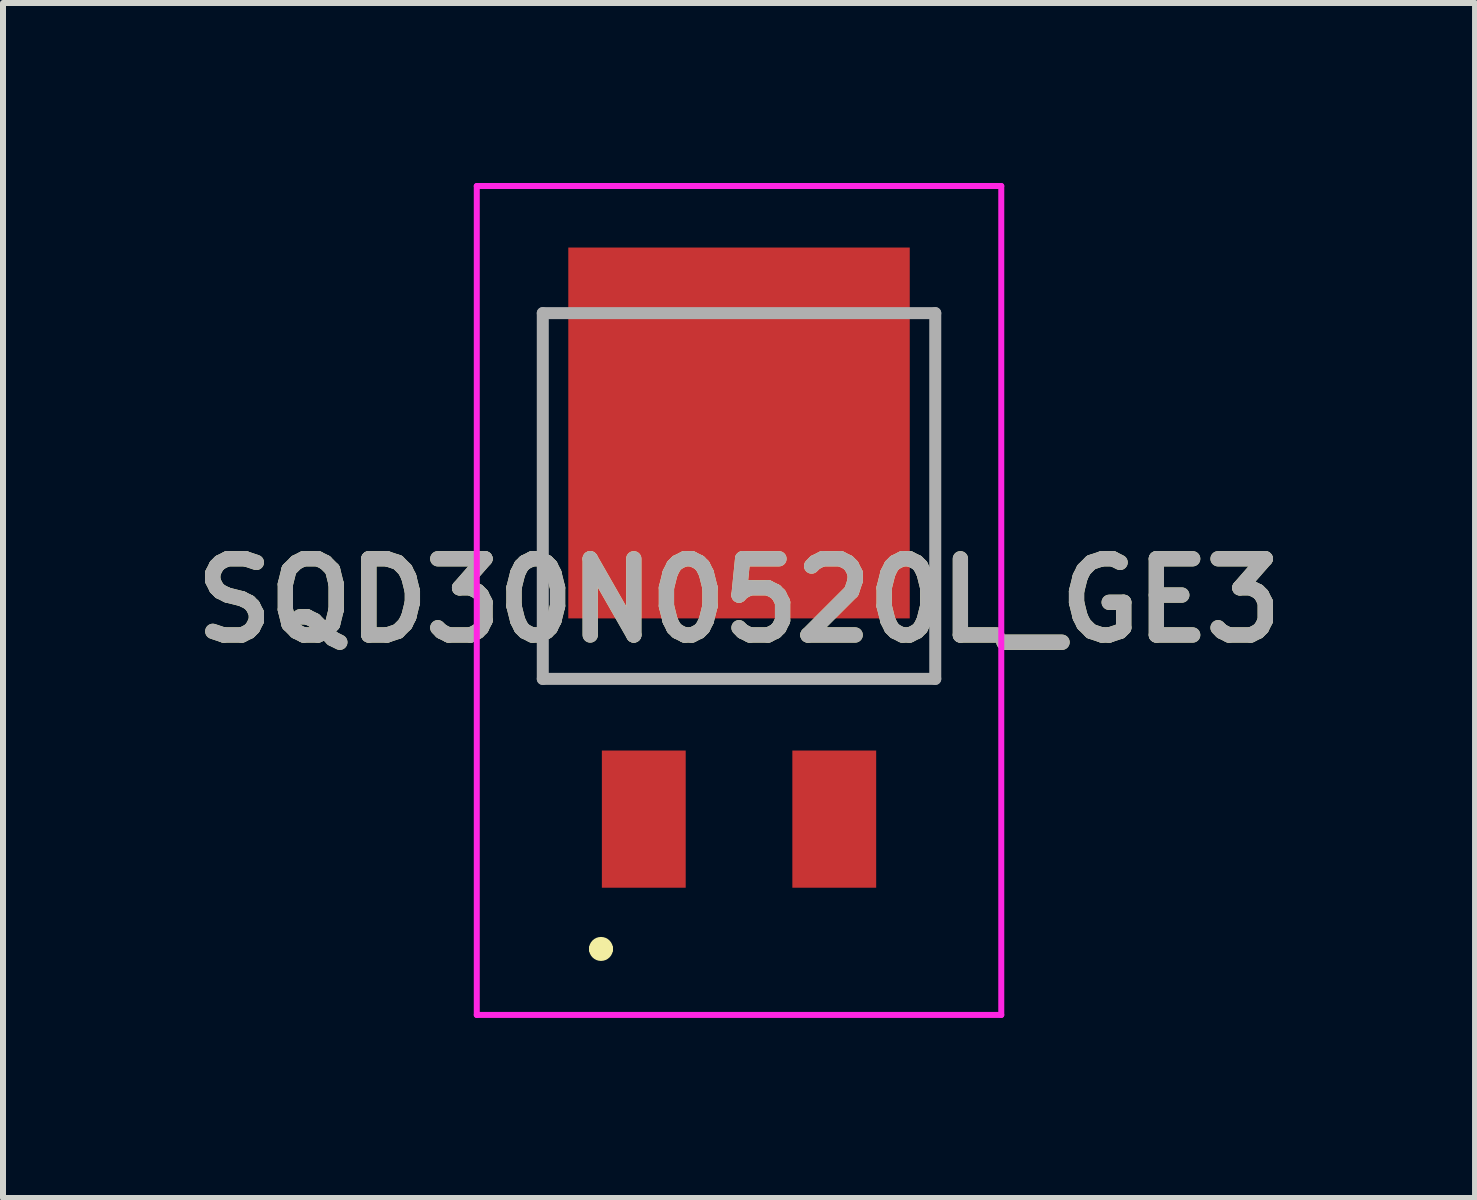
<source format=kicad_pcb>
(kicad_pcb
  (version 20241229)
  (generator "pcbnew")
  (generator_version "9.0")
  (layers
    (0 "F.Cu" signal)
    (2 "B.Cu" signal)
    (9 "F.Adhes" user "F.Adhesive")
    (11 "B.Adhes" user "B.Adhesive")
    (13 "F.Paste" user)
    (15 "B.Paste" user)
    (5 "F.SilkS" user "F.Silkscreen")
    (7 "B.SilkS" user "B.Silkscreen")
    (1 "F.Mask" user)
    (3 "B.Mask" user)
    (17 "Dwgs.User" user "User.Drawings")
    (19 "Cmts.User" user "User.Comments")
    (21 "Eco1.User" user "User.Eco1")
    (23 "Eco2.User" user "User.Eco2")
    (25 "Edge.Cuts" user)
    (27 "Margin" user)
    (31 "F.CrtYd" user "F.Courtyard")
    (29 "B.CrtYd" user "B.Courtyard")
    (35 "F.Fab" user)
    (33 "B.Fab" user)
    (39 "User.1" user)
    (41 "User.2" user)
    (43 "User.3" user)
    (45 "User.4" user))
  (footprint "SQD30N0520L_GE3"
    (layer "F.Cu")
    (at 9.265 11.743)
    (property "Reference" "SQD30N0520L_GE3" (at 0 -4.786 0) (layer "F.SilkS") (effects (font (size 1.27 1.27) (thickness 0.254))))
    (attr smd)
    (fp_line (start -3.27 -3.98) (end -3.27 -3.48) (stroke (width 0.1) (type solid)) (layer "F.SilkS"))
    (fp_line (start -3.27 -3.48) (end 3.27 -3.48) (stroke (width 0.1) (type solid)) (layer "F.SilkS"))
    (fp_line (start -2.4 1.02) (end -2.4 1.02) (stroke (width 0.2) (type solid)) (layer "F.SilkS"))
    (fp_line (start -2.2 1.02) (end -2.2 1.02) (stroke (width 0.2) (type solid)) (layer "F.SilkS"))
    (fp_line (start 3.27 -3.48) (end 3.27 -3.98) (stroke (width 0.1) (type solid)) (layer "F.SilkS"))
    (fp_arc (start -2.4 1.02) (mid -2.3 0.92) (end -2.2 1.02) (stroke (width 0.2) (type solid)) (layer "F.SilkS"))
    (fp_arc (start -2.2 1.02) (mid -2.3 1.12) (end -2.4 1.02) (stroke (width 0.2) (type solid)) (layer "F.SilkS"))
    (fp_line (start -4.37 -11.693) (end 4.37 -11.693) (stroke (width 0.1) (type solid)) (layer "F.CrtYd"))
    (fp_line (start -4.37 2.12) (end -4.37 -11.693) (stroke (width 0.1) (type solid)) (layer "F.CrtYd"))
    (fp_line (start 4.37 -11.693) (end 4.37 2.12) (stroke (width 0.1) (type solid)) (layer "F.CrtYd"))
    (fp_line (start 4.37 2.12) (end -4.37 2.12) (stroke (width 0.1) (type solid)) (layer "F.CrtYd"))
    (fp_line (start -3.27 -9.575) (end 3.27 -9.575) (stroke (width 0.2) (type solid)) (layer "F.Fab"))
    (fp_line (start -3.27 -3.48) (end -3.27 -9.575) (stroke (width 0.2) (type solid)) (layer "F.Fab"))
    (fp_line (start 3.27 -9.575) (end 3.27 -3.48) (stroke (width 0.2) (type solid)) (layer "F.Fab"))
    (fp_line (start 3.27 -3.48) (end -3.27 -3.48) (stroke (width 0.2) (type solid)) (layer "F.Fab"))
    (fp_text user "${REFERENCE}" (at 0 -4.786 0) (layer "F.Fab") (effects (font (size 1.27 1.27) (thickness 0.254))))
    (pad "1" smd rect (at -1.587 -1.143) (size 1.397 2.286) (layers "F.Cu" "F.Mask" "F.Paste"))
    (pad "2" smd rect (at 0 -7.578) (size 5.69 6.18) (layers "F.Cu" "F.Mask" "F.Paste"))
    (pad "3" smd rect (at 1.587 -1.143) (size 1.397 2.286) (layers "F.Cu" "F.Mask" "F.Paste")))
  (gr_rect
    (start -3 -3)
    (end 21.53 16.913)
    (stroke (width 0.1) (type default))
    (fill no)
    (layer "Edge.Cuts")))
</source>
